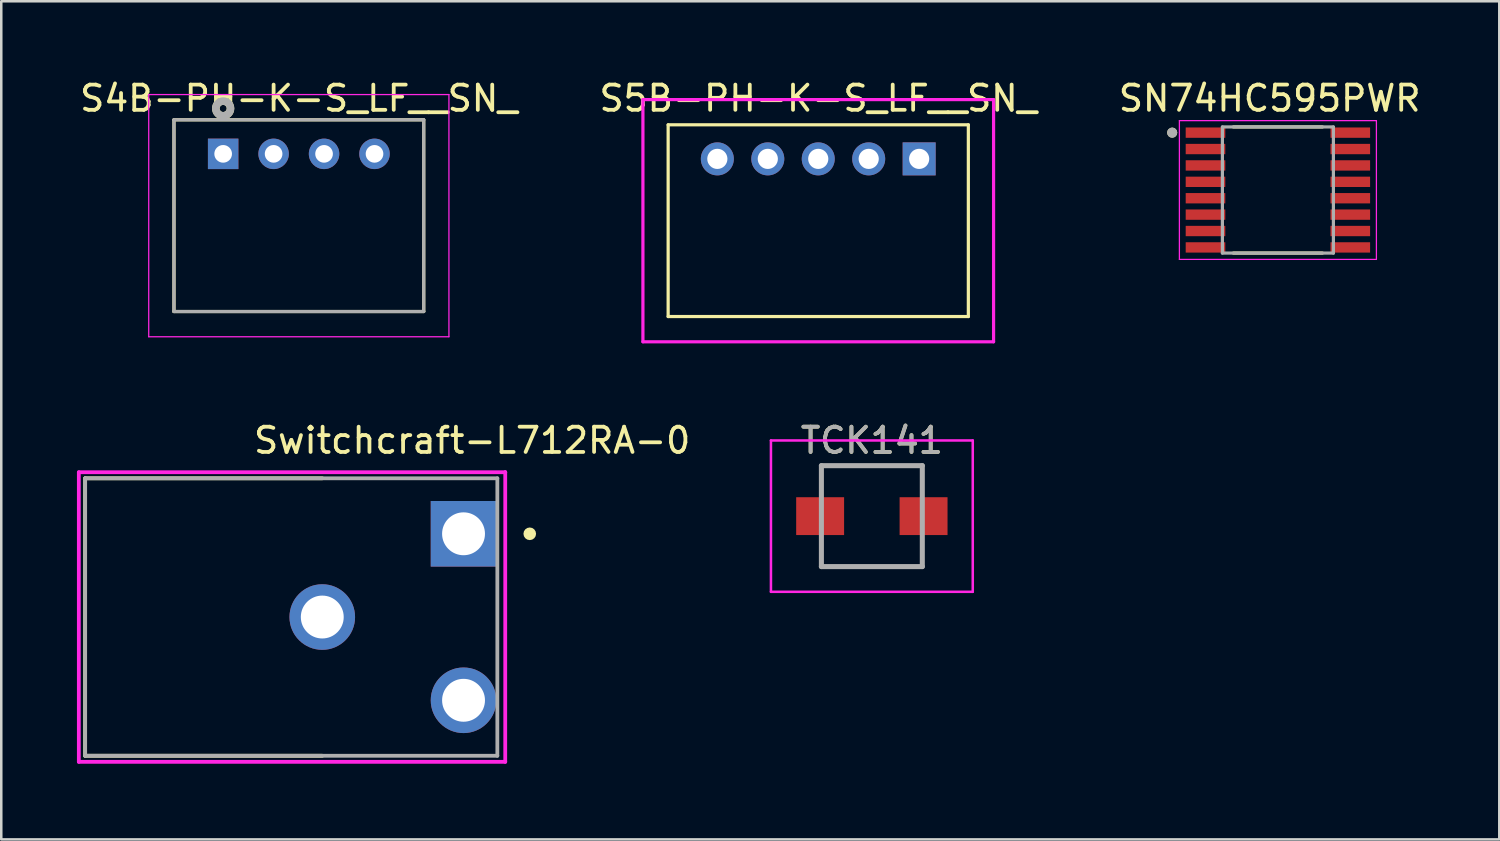
<source format=kicad_pcb>
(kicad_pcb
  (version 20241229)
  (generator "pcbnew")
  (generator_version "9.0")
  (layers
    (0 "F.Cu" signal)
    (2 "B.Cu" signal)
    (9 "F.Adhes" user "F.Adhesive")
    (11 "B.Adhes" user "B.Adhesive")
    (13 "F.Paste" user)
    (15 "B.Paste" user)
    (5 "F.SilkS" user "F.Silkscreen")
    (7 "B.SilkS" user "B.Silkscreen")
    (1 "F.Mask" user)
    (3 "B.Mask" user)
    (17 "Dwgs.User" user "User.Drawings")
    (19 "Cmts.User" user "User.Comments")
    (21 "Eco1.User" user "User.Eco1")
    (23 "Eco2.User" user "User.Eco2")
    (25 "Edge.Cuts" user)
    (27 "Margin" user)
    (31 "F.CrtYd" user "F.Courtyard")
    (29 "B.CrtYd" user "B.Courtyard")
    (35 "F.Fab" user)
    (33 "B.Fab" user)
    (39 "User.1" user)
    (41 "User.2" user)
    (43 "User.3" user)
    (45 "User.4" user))
  (footprint "TCK141"
    (layer "F.Cu")
    (at 31.511 17.41)
    (property "Reference" "TCK141" (at 0 -3 0) (layer "F.SilkS") (effects (font (size 1 1) (thickness 0.15))))
    (attr smd)
    (fp_line (start -2 -2) (end 2 -2) (stroke (width 0.1) (type solid)) (layer "F.SilkS"))
    (fp_line (start -2 -1) (end -2 -2) (stroke (width 0.1) (type solid)) (layer "F.SilkS"))
    (fp_line (start -2 1) (end -2 2) (stroke (width 0.1) (type solid)) (layer "F.SilkS"))
    (fp_line (start -2 2) (end 2 2) (stroke (width 0.1) (type solid)) (layer "F.SilkS"))
    (fp_line (start 2 -2) (end 2 -1) (stroke (width 0.1) (type solid)) (layer "F.SilkS"))
    (fp_line (start 2 2) (end 2 1) (stroke (width 0.1) (type solid)) (layer "F.SilkS"))
    (fp_line (start -4 -3) (end 4 -3) (stroke (width 0.1) (type solid)) (layer "F.CrtYd"))
    (fp_line (start -4 3) (end -4 -3) (stroke (width 0.1) (type solid)) (layer "F.CrtYd"))
    (fp_line (start 4 -3) (end 4 3) (stroke (width 0.1) (type solid)) (layer "F.CrtYd"))
    (fp_line (start 4 3) (end -4 3) (stroke (width 0.1) (type solid)) (layer "F.CrtYd"))
    (fp_line (start -2 -2) (end 2 -2) (stroke (width 0.2) (type solid)) (layer "F.Fab"))
    (fp_line (start -2 2) (end -2 -2) (stroke (width 0.2) (type solid)) (layer "F.Fab"))
    (fp_line (start 2 -2) (end 2 2) (stroke (width 0.2) (type solid)) (layer "F.Fab"))
    (fp_line (start 2 2) (end -2 2) (stroke (width 0.2) (type solid)) (layer "F.Fab"))
    (fp_text user "${REFERENCE}" (at 0 -3 0) (layer "F.Fab") (effects (font (size 1 1) (thickness 0.15))))
    (pad "1" smd rect (at -2.05 0 90) (size 1.5 1.9) (layers "F.Cu" "F.Mask" "F.Paste"))
    (pad "2" smd rect (at 2.05 0 90) (size 1.5 1.9) (layers "F.Cu" "F.Mask" "F.Paste")))
  (footprint "Switchcraft-L712RA-0"
    (layer "F.Cu")
    (at 9.725 21.41)
    (property "Reference" "Switchcraft-L712RA-0" (at -2.8 -7 0) (layer "F.SilkS") (effects (font (size 1 1) (thickness 0.15)) (justify left)))
    (attr through_hole)
    (fp_line (start -9.4 -5.5) (end -9.4 5.5) (stroke (width 0.15) (type solid)) (layer "F.SilkS"))
    (fp_line (start -9.4 -5.5) (end 0 -5.5) (stroke (width 0.15) (type solid)) (layer "F.SilkS"))
    (fp_line (start -9.4 5.5) (end 0 5.5) (stroke (width 0.15) (type solid)) (layer "F.SilkS"))
    (fp_circle (center 8.225 -3.3) (end 8.35 -3.3) (stroke (width 0.25) (type solid)) (fill no) (layer "F.SilkS"))
    (fp_line (start -9.65 -5.74) (end -9.65 5.74) (stroke (width 0.15) (type solid)) (layer "F.CrtYd"))
    (fp_line (start -9.65 5.74) (end 7.253 5.74) (stroke (width 0.15) (type solid)) (layer "F.CrtYd"))
    (fp_line (start 7.253 -5.74) (end -9.65 -5.74) (stroke (width 0.15) (type solid)) (layer "F.CrtYd"))
    (fp_line (start 7.253 -5.74) (end 7.253 -5.74) (stroke (width 0.15) (type solid)) (layer "F.CrtYd"))
    (fp_line (start 7.253 5.74) (end 7.253 -5.74) (stroke (width 0.15) (type solid)) (layer "F.CrtYd"))
    (fp_line (start -9.4 -5.5) (end 6.94 -5.5) (stroke (width 0.15) (type solid)) (layer "F.Fab"))
    (fp_line (start -9.4 5.5) (end -9.4 -5.5) (stroke (width 0.15) (type solid)) (layer "F.Fab"))
    (fp_line (start 6.94 -5.5) (end 6.94 5.5) (stroke (width 0.15) (type solid)) (layer "F.Fab"))
    (fp_line (start 6.94 5.5) (end -9.4 5.5) (stroke (width 0.15) (type solid)) (layer "F.Fab"))
    (pad "1" thru_hole rect (at 5.6 -3.3) (size 2.6 2.6) (drill 1.7) (layers "*.Cu"))
    (pad "2" thru_hole circle (at 0 0) (size 2.6 2.6) (drill 1.7) (layers "*.Cu"))
    (pad "3" thru_hole circle (at 5.6 3.3) (size 2.6 2.6) (drill 1.7) (layers "*.Cu")))
  (footprint "S4B-PH-K-S_LF__SN_"
    (layer "F.Cu")
    (at 8.796 3.049)
    (property "Reference" "S4B-PH-K-S_LF__SN_" (at 0 -2.2 0) (layer "F.SilkS") (effects (font (size 1 1) (thickness 0.15))))
    (attr through_hole)
    (fp_line (start -4.95 -1.35) (end 4.95 -1.35) (stroke (width 0.127) (type solid)) (layer "F.SilkS"))
    (fp_line (start -4.95 6.25) (end -4.95 -1.35) (stroke (width 0.127) (type solid)) (layer "F.SilkS"))
    (fp_line (start 4.95 -1.35) (end 4.95 6.25) (stroke (width 0.127) (type solid)) (layer "F.SilkS"))
    (fp_line (start 4.95 6.25) (end -4.95 6.25) (stroke (width 0.127) (type solid)) (layer "F.SilkS"))
    (fp_circle (center -3 -1.8) (end -2.859 -1.8) (stroke (width 0.3) (type solid)) (fill no) (layer "F.SilkS"))
    (fp_line (start -5.95 -2.35) (end -5.95 7.25) (stroke (width 0.05) (type solid)) (layer "F.CrtYd"))
    (fp_line (start -5.95 -2.35) (end 5.95 -2.35) (stroke (width 0.05) (type solid)) (layer "F.CrtYd"))
    (fp_line (start -5.95 7.25) (end 5.95 7.25) (stroke (width 0.05) (type solid)) (layer "F.CrtYd"))
    (fp_line (start 5.95 -2.35) (end 5.95 7.25) (stroke (width 0.05) (type solid)) (layer "F.CrtYd"))
    (fp_line (start -4.95 -1.35) (end 4.95 -1.35) (stroke (width 0.127) (type solid)) (layer "F.Fab"))
    (fp_line (start -4.95 6.25) (end -4.95 -1.35) (stroke (width 0.127) (type solid)) (layer "F.Fab"))
    (fp_line (start 4.95 -1.35) (end 4.95 6.25) (stroke (width 0.127) (type solid)) (layer "F.Fab"))
    (fp_line (start 4.95 6.25) (end -4.95 6.25) (stroke (width 0.127) (type solid)) (layer "F.Fab"))
    (fp_circle (center -3 -1.8) (end -2.859 -1.8) (stroke (width 0.3) (type solid)) (fill no) (layer "F.Fab"))
    (pad "1" thru_hole rect (at -3 0) (size 1.208 1.208) (drill 0.7) (layers "*.Cu" "*.Mask"))
    (pad "2" thru_hole circle (at -1 0) (size 1.208 1.208) (drill 0.7) (layers "*.Cu" "*.Mask"))
    (pad "3" thru_hole circle (at 1 0) (size 1.208 1.208) (drill 0.7) (layers "*.Cu" "*.Mask"))
    (pad "4" thru_hole circle (at 3 0) (size 1.208 1.208) (drill 0.7) (layers "*.Cu" "*.Mask")))
  (footprint "SN74HC595PWR"
    (layer "F.Cu")
    (at 47.607 4.483)
    (property "Reference" "SN74HC595PWR" (at -0.325 -3.635 0) (layer "F.SilkS") (effects (font (size 1 1) (thickness 0.15))))
    (attr smd)
    (fp_line (start -1.765 -2.5) (end 1.765 -2.5) (stroke (width 0.127) (type solid)) (layer "F.SilkS"))
    (fp_line (start 1.765 2.5) (end -1.765 2.5) (stroke (width 0.127) (type solid)) (layer "F.SilkS"))
    (fp_circle (center -4.19 -2.275) (end -4.09 -2.275) (stroke (width 0.2) (type solid)) (fill no) (layer "F.SilkS"))
    (fp_line (start -3.905 -2.75) (end -3.905 2.75) (stroke (width 0.05) (type solid)) (layer "F.CrtYd"))
    (fp_line (start -3.905 -2.75) (end 3.905 -2.75) (stroke (width 0.05) (type solid)) (layer "F.CrtYd"))
    (fp_line (start -3.905 2.75) (end 3.905 2.75) (stroke (width 0.05) (type solid)) (layer "F.CrtYd"))
    (fp_line (start 3.905 -2.75) (end 3.905 2.75) (stroke (width 0.05) (type solid)) (layer "F.CrtYd"))
    (fp_line (start -2.2 -2.5) (end -2.2 2.5) (stroke (width 0.127) (type solid)) (layer "F.Fab"))
    (fp_line (start -2.2 -2.5) (end 2.2 -2.5) (stroke (width 0.127) (type solid)) (layer "F.Fab"))
    (fp_line (start -2.2 2.5) (end 2.2 2.5) (stroke (width 0.127) (type solid)) (layer "F.Fab"))
    (fp_line (start 2.2 -2.5) (end 2.2 2.5) (stroke (width 0.127) (type solid)) (layer "F.Fab"))
    (fp_circle (center -4.19 -2.275) (end -4.09 -2.275) (stroke (width 0.2) (type solid)) (fill no) (layer "F.Fab"))
    (pad "1" smd rect (at -2.87 -2.275) (size 1.57 0.41) (layers "F.Cu" "F.Mask" "F.Paste"))
    (pad "2" smd rect (at -2.87 -1.625) (size 1.57 0.41) (layers "F.Cu" "F.Mask" "F.Paste"))
    (pad "3" smd rect (at -2.87 -0.975) (size 1.57 0.41) (layers "F.Cu" "F.Mask" "F.Paste"))
    (pad "4" smd rect (at -2.87 -0.325) (size 1.57 0.41) (layers "F.Cu" "F.Mask" "F.Paste"))
    (pad "5" smd rect (at -2.87 0.325) (size 1.57 0.41) (layers "F.Cu" "F.Mask" "F.Paste"))
    (pad "6" smd rect (at -2.87 0.975) (size 1.57 0.41) (layers "F.Cu" "F.Mask" "F.Paste"))
    (pad "7" smd rect (at -2.87 1.625) (size 1.57 0.41) (layers "F.Cu" "F.Mask" "F.Paste"))
    (pad "8" smd rect (at -2.87 2.275) (size 1.57 0.41) (layers "F.Cu" "F.Mask" "F.Paste"))
    (pad "9" smd rect (at 2.87 2.275) (size 1.57 0.41) (layers "F.Cu" "F.Mask" "F.Paste"))
    (pad "10" smd rect (at 2.87 1.625) (size 1.57 0.41) (layers "F.Cu" "F.Mask" "F.Paste"))
    (pad "11" smd rect (at 2.87 0.975) (size 1.57 0.41) (layers "F.Cu" "F.Mask" "F.Paste"))
    (pad "12" smd rect (at 2.87 0.325) (size 1.57 0.41) (layers "F.Cu" "F.Mask" "F.Paste"))
    (pad "13" smd rect (at 2.87 -0.325) (size 1.57 0.41) (layers "F.Cu" "F.Mask" "F.Paste"))
    (pad "14" smd rect (at 2.87 -0.975) (size 1.57 0.41) (layers "F.Cu" "F.Mask" "F.Paste"))
    (pad "15" smd rect (at 2.87 -1.625) (size 1.57 0.41) (layers "F.Cu" "F.Mask" "F.Paste"))
    (pad "16" smd rect (at 2.87 -2.275) (size 1.57 0.41) (layers "F.Cu" "F.Mask" "F.Paste")))
  (footprint "S5B-PH-K-S_LF__SN_"
    (layer "F.Cu")
    (at 29.386 3.248)
    (property "Reference" "S5B-PH-K-S_LF__SN_" (at 0 -2.4 0) (layer "F.SilkS") (effects (font (size 1 1) (thickness 0.15))))
    (attr through_hole)
    (fp_line (start -5.95 -1.35) (end -5.95 6.25) (stroke (width 0.127) (type solid)) (layer "F.SilkS"))
    (fp_line (start -5.95 6.25) (end 5.95 6.25) (stroke (width 0.127) (type solid)) (layer "F.SilkS"))
    (fp_line (start 5.95 -1.35) (end -5.95 -1.35) (stroke (width 0.127) (type solid)) (layer "F.SilkS"))
    (fp_line (start 5.95 6.25) (end 5.95 -1.35) (stroke (width 0.127) (type solid)) (layer "F.SilkS"))
    (fp_line (start -6.95 -2.35) (end -6.95 7.25) (stroke (width 0.127) (type solid)) (layer "F.CrtYd"))
    (fp_line (start -6.95 -2.35) (end 6.95 -2.35) (stroke (width 0.127) (type solid)) (layer "F.CrtYd"))
    (fp_line (start -6.95 7.25) (end 6.95 7.25) (stroke (width 0.127) (type solid)) (layer "F.CrtYd"))
    (fp_line (start 6.95 -2.35) (end 6.95 7.25) (stroke (width 0.127) (type solid)) (layer "F.CrtYd"))
    (pad "1" thru_hole rect (at 4 0) (size 1.308 1.308) (drill 0.8) (layers "*.Cu" "*.Mask"))
    (pad "2" thru_hole circle (at 2 0) (size 1.308 1.308) (drill 0.8) (layers "*.Cu" "*.Mask"))
    (pad "3" thru_hole circle (at 0 0) (size 1.308 1.308) (drill 0.8) (layers "*.Cu" "*.Mask"))
    (pad "4" thru_hole circle (at -2 0) (size 1.308 1.308) (drill 0.8) (layers "*.Cu" "*.Mask"))
    (pad "5" thru_hole circle (at -4 0) (size 1.308 1.308) (drill 0.8) (layers "*.Cu" "*.Mask")))
  (gr_rect
    (start -3 -3)
    (end 56.383 30.225)
    (stroke (width 0.1) (type default))
    (fill no)
    (layer "Edge.Cuts")))
</source>
